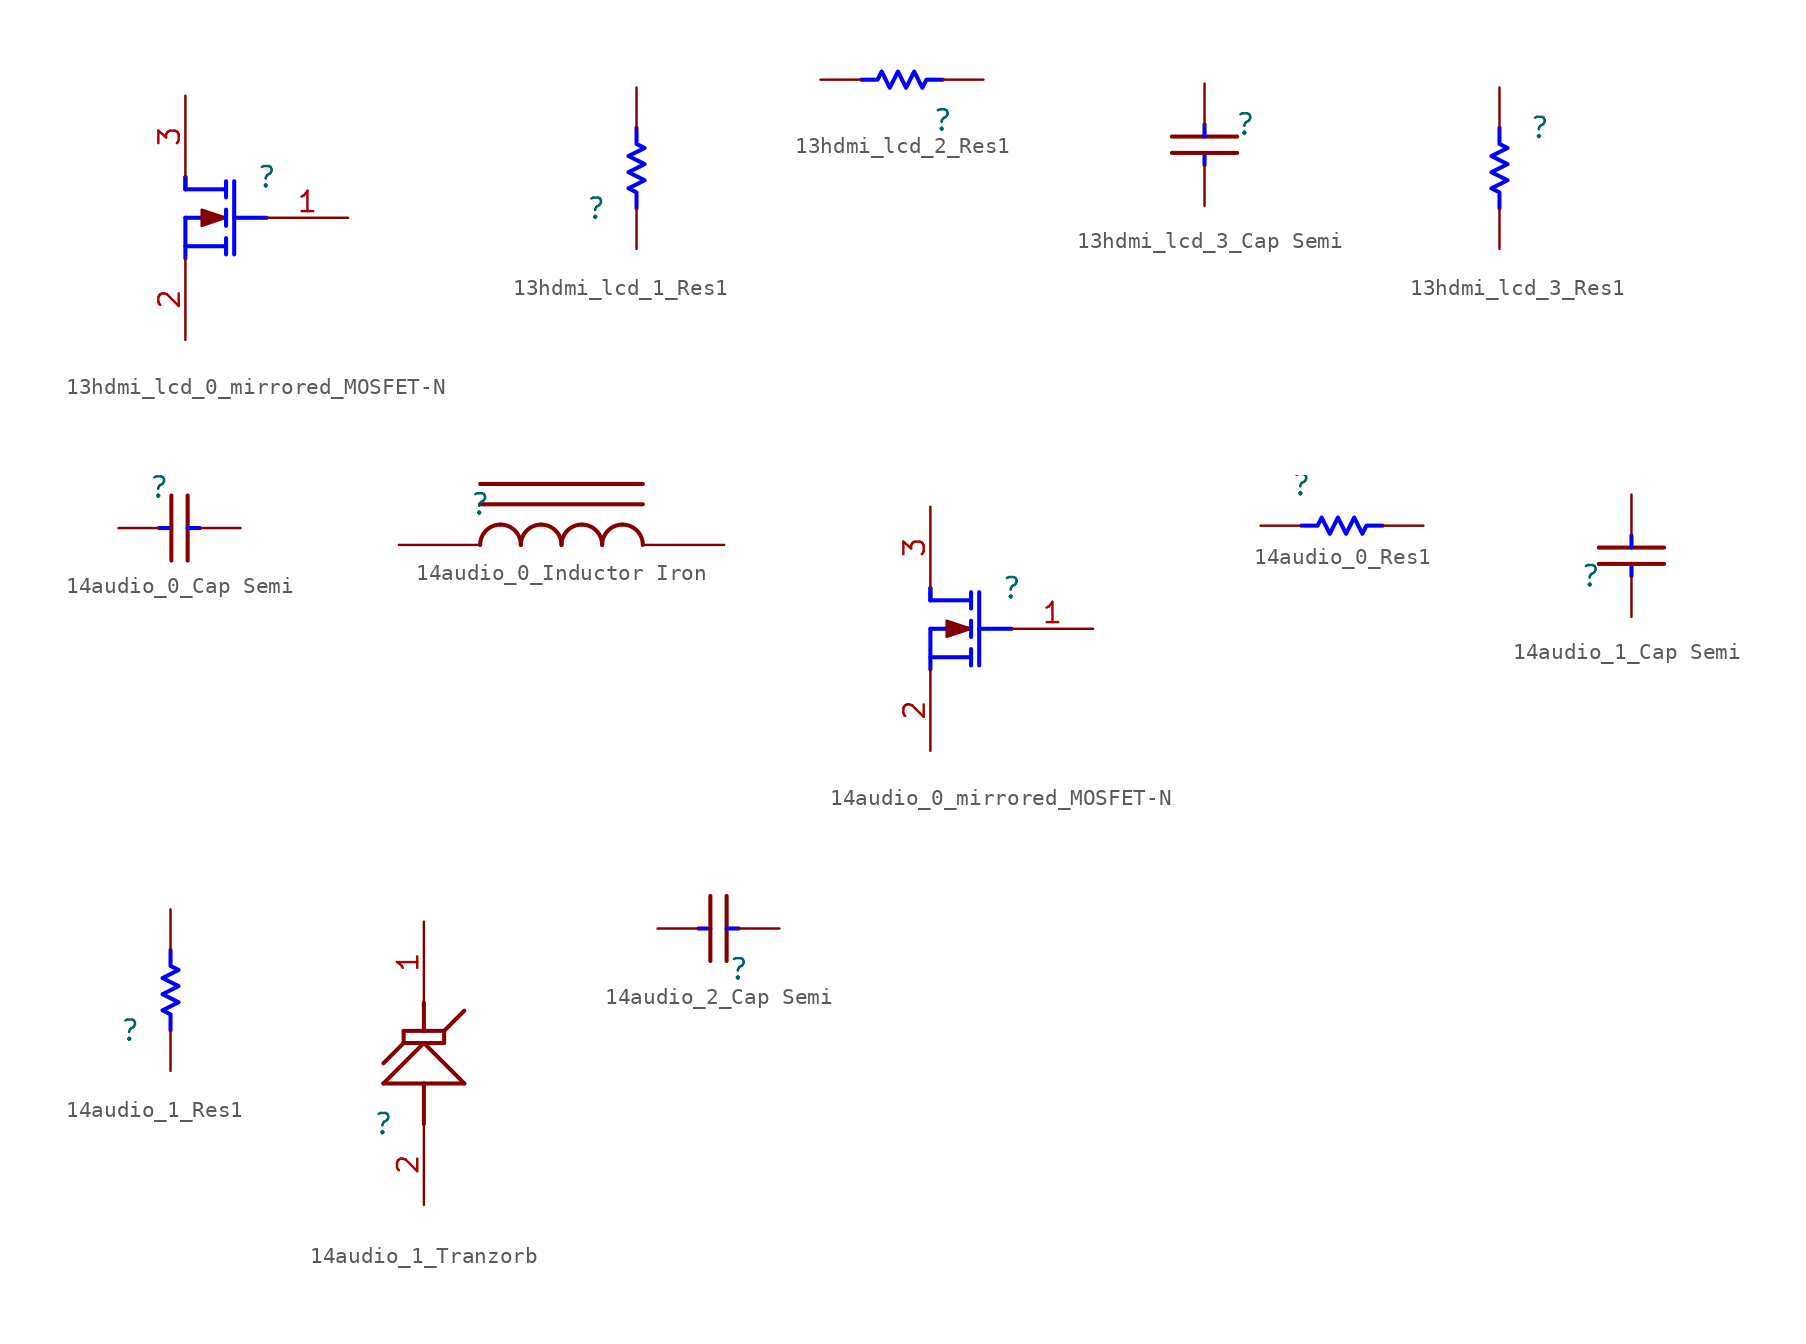
<source format=kicad_sym>
(kicad_symbol_lib
  (version 20220914)
  (generator kicad_symbol_editor)
  (symbol "13hdmi_lcd_0_mirrored_MOSFET-N"
    (property "Reference" ""
      (at 0 0 0)
      (effects (font (size 1.27 1.27))))
    (property "Value" ""
      (at 0 0 0)
      (effects (font (size 1.27 1.27))))
    (symbol "13hdmi_lcd_0_mirrored_MOSFET-N_1_0"
      (polyline (pts (xy -5.08 -4.318) (xy -2.54 -4.318)) (stroke (width 0.254) (type solid) (color 0 0 255 1)) (fill (type none)))
      (polyline (pts (xy -5.08 -2.54) (xy -5.08 -5.08)) (stroke (width 0.254) (type solid) (color 0 0 255 1)) (fill (type none)))
      (polyline (pts (xy -5.08 -2.54) (xy -2.54 -2.54)) (stroke (width 0.254) (type solid) (color 0 0 255 1)) (fill (type none)))
      (polyline (pts (xy -5.08 -0.762) (xy -5.08 0)) (stroke (width 0.254) (type solid) (color 0 0 255 1)) (fill (type none)))
      (polyline (pts (xy -5.08 -0.762) (xy -5.08 0)) (stroke (width 0.254) (type solid) (color 0 0 255 1)) (fill (type none)))
      (polyline (pts (xy -5.08 -0.762) (xy -2.54 -0.762)) (stroke (width 0.254) (type solid) (color 0 0 255 1)) (fill (type none)))
      (polyline (pts (xy -2.54 -4.826) (xy -2.54 -3.81)) (stroke (width 0.254) (type solid) (color 0 0 255 1)) (fill (type none)))
      (polyline (pts (xy -2.54 -3.048) (xy -2.54 -2.032)) (stroke (width 0.254) (type solid) (color 0 0 255 1)) (fill (type none)))
      (polyline (pts (xy -2.54 -0.254) (xy -2.54 -1.27)) (stroke (width 0.254) (type solid) (color 0 0 255 1)) (fill (type none)))
      (polyline (pts (xy -2.032 -0.254) (xy -2.032 -4.826)) (stroke (width 0.254) (type solid) (color 0 0 255 1)) (fill (type none)))
      (polyline (pts (xy 0 -2.54) (xy -2.032 -2.54)) (stroke (width 0.254) (type solid) (color 0 0 255 1)) (fill (type none)))
      (polyline (pts (xy -2.54 -2.54) (xy -4.064 -3.048) (xy -4.064 -2.032) (xy -2.54 -2.54)) (stroke (width 0) (type solid)) (fill (type outline)))
      (pin passive line (at 5.08 -2.54 180) (length 5.08) (name "G" (effects (font (size 0 0)))) (number "1" (effects (font (size 1.27 1.27)))))
      (pin passive line (at -5.08 -10.16 90) (length 5.08) (name "S" (effects (font (size 0 0)))) (number "2" (effects (font (size 1.27 1.27)))))
      (pin passive line (at -5.08 5.08 270) (length 5.08) (name "D" (effects (font (size 0 0)))) (number "3" (effects (font (size 1.27 1.27)))))))
  (symbol "13hdmi_lcd_1_Res1"
    (property "Reference" ""
      (at 0 0 0)
      (effects (font (size 1.27 1.27))))
    (property "Value" ""
      (at 0 0 0)
      (effects (font (size 1.27 1.27))))
    (symbol "13hdmi_lcd_1_Res1_1_0"
      (polyline (pts (xy 2.54 5.08) (xy 2.54 4.064) (xy 3.048 3.81) (xy 2.032 3.302) (xy 3.048 2.794) (xy 2.032 2.286) (xy 3.048 1.778) (xy 2.032 1.27) (xy 2.54 1.016) (xy 2.54 0)) (stroke (width 0.254) (type solid) (color 0 0 255 1)) (fill (type none)))
      (pin passive line (at 2.54 -2.54 90) (length 2.54) (name "1" (effects (font (size 0 0)))) (number "1" (effects (font (size 0 0)))))
      (pin passive line (at 2.54 7.62 270) (length 2.54) (name "2" (effects (font (size 0 0)))) (number "2" (effects (font (size 0 0)))))))
  (symbol "13hdmi_lcd_2_Res1"
    (property "Reference" ""
      (at 0 0 0)
      (effects (font (size 1.27 1.27))))
    (property "Value" ""
      (at 0 0 0)
      (effects (font (size 1.27 1.27))))
    (symbol "13hdmi_lcd_2_Res1_1_0"
      (polyline (pts (xy -5.08 2.54) (xy -4.064 2.54) (xy -3.81 3.048) (xy -3.302 2.032) (xy -2.794 3.048) (xy -2.286 2.032) (xy -1.778 3.048) (xy -1.27 2.032) (xy -1.016 2.54) (xy 0 2.54)) (stroke (width 0.254) (type solid) (color 0 0 255 1)) (fill (type none)))
      (pin passive line (at 2.54 2.54 180) (length 2.54) (name "1" (effects (font (size 0 0)))) (number "1" (effects (font (size 0 0)))))
      (pin passive line (at -7.62 2.54 0) (length 2.54) (name "2" (effects (font (size 0 0)))) (number "2" (effects (font (size 0 0)))))))
  (symbol "13hdmi_lcd_3_Cap Semi"
    (property "Reference" ""
      (at 0 0 0)
      (effects (font (size 1.27 1.27))))
    (property "Value" ""
      (at 0 0 0)
      (effects (font (size 1.27 1.27))))
    (symbol "13hdmi_lcd_3_Cap Semi_1_0"
      (polyline (pts (xy -4.572 -0.762) (xy -0.508 -0.762)) (stroke (width 0.254) (type solid)) (fill (type none)))
      (polyline (pts (xy -2.54 -2.54) (xy -2.54 -1.778)) (stroke (width 0.254) (type solid) (color 0 0 255 1)) (fill (type none)))
      (polyline (pts (xy -2.54 0) (xy -2.54 -0.762)) (stroke (width 0.254) (type solid) (color 0 0 255 1)) (fill (type none)))
      (polyline (pts (xy -0.508 -1.778) (xy -4.572 -1.778)) (stroke (width 0.254) (type solid)) (fill (type none)))
      (pin passive line (at -2.54 2.54 270) (length 2.54) (name "1" (effects (font (size 0 0)))) (number "1" (effects (font (size 0 0)))))
      (pin passive line (at -2.54 -5.08 90) (length 2.54) (name "2" (effects (font (size 0 0)))) (number "2" (effects (font (size 0 0)))))))
  (symbol "13hdmi_lcd_3_Res1"
    (property "Reference" ""
      (at 0 0 0)
      (effects (font (size 1.27 1.27))))
    (property "Value" ""
      (at 0 0 0)
      (effects (font (size 1.27 1.27))))
    (symbol "13hdmi_lcd_3_Res1_1_0"
      (polyline (pts (xy -2.54 -5.08) (xy -2.54 -4.064) (xy -3.048 -3.81) (xy -2.032 -3.302) (xy -3.048 -2.794) (xy -2.032 -2.286) (xy -3.048 -1.778) (xy -2.032 -1.27) (xy -2.54 -1.016) (xy -2.54 0)) (stroke (width 0.254) (type solid) (color 0 0 255 1)) (fill (type none)))
      (pin passive line (at -2.54 2.54 270) (length 2.54) (name "1" (effects (font (size 0 0)))) (number "1" (effects (font (size 0 0)))))
      (pin passive line (at -2.54 -7.62 90) (length 2.54) (name "2" (effects (font (size 0 0)))) (number "2" (effects (font (size 0 0)))))))
  (symbol "14audio_0_Cap Semi"
    (property "Reference" ""
      (at 0 0 0)
      (effects (font (size 1.27 1.27))))
    (property "Value" ""
      (at 0 0 0)
      (effects (font (size 1.27 1.27))))
    (symbol "14audio_0_Cap Semi_1_0"
      (polyline (pts (xy 0 -2.54) (xy 0.762 -2.54)) (stroke (width 0.254) (type solid) (color 0 0 255 1)) (fill (type none)))
      (polyline (pts (xy 0.762 -4.572) (xy 0.762 -0.508)) (stroke (width 0.254) (type solid)) (fill (type none)))
      (polyline (pts (xy 1.778 -0.508) (xy 1.778 -4.572)) (stroke (width 0.254) (type solid)) (fill (type none)))
      (polyline (pts (xy 2.54 -2.54) (xy 1.778 -2.54)) (stroke (width 0.254) (type solid) (color 0 0 255 1)) (fill (type none)))
      (pin passive line (at -2.54 -2.54 0) (length 2.54) (name "1" (effects (font (size 0 0)))) (number "1" (effects (font (size 0 0)))))
      (pin passive line (at 5.08 -2.54 180) (length 2.54) (name "2" (effects (font (size 0 0)))) (number "2" (effects (font (size 0 0)))))))
  (symbol "14audio_0_Inductor Iron"
    (property "Reference" ""
      (at 0 0 0)
      (effects (font (size 1.27 1.27))))
    (property "Value" ""
      (at 0 0 0)
      (effects (font (size 1.27 1.27))))
    (symbol "14audio_0_Inductor Iron_1_0"
      (polyline (pts (xy 0 0) (xy 10.16 0)) (stroke (width 0.254) (type solid)) (fill (type none)))
      (polyline (pts (xy 10.16 1.27) (xy 0 1.27)) (stroke (width 0.254) (type solid)) (fill (type none)))
      (arc (start 1.27 -1.27) (mid 0.372 -1.642) (end 0 -2.54) (stroke (width 0.254) (type solid)) (fill (type none)))
      (arc (start 2.54 -2.54) (mid 2.168 -1.642) (end 1.27 -1.27) (stroke (width 0.254) (type solid)) (fill (type none)))
      (arc (start 3.81 -1.27) (mid 2.912 -1.642) (end 2.54 -2.54) (stroke (width 0.254) (type solid)) (fill (type none)))
      (arc (start 5.08 -2.54) (mid 4.708 -1.642) (end 3.81 -1.27) (stroke (width 0.254) (type solid)) (fill (type none)))
      (arc (start 6.35 -1.27) (mid 5.452 -1.642) (end 5.08 -2.54) (stroke (width 0.254) (type solid)) (fill (type none)))
      (arc (start 7.62 -2.54) (mid 7.248 -1.642) (end 6.35 -1.27) (stroke (width 0.254) (type solid)) (fill (type none)))
      (arc (start 8.89 -1.27) (mid 7.992 -1.642) (end 7.62 -2.54) (stroke (width 0.254) (type solid)) (fill (type none)))
      (arc (start 10.16 -2.54) (mid 9.788 -1.642) (end 8.89 -1.27) (stroke (width 0.254) (type solid)) (fill (type none)))
      (pin passive line (at -5.08 -2.54 0) (length 5.08) (name "1" (effects (font (size 0 0)))) (number "1" (effects (font (size 0 0)))))
      (pin passive line (at 15.24 -2.54 180) (length 5.08) (name "2" (effects (font (size 0 0)))) (number "2" (effects (font (size 0 0)))))))
  (symbol "14audio_0_mirrored_MOSFET-N"
    (property "Reference" ""
      (at 0 0 0)
      (effects (font (size 1.27 1.27))))
    (property "Value" ""
      (at 0 0 0)
      (effects (font (size 1.27 1.27))))
    (symbol "14audio_0_mirrored_MOSFET-N_1_0"
      (polyline (pts (xy -5.08 -4.318) (xy -2.54 -4.318)) (stroke (width 0.254) (type solid) (color 0 0 255 1)) (fill (type none)))
      (polyline (pts (xy -5.08 -2.54) (xy -5.08 -5.08)) (stroke (width 0.254) (type solid) (color 0 0 255 1)) (fill (type none)))
      (polyline (pts (xy -5.08 -2.54) (xy -2.54 -2.54)) (stroke (width 0.254) (type solid) (color 0 0 255 1)) (fill (type none)))
      (polyline (pts (xy -5.08 -0.762) (xy -5.08 0)) (stroke (width 0.254) (type solid) (color 0 0 255 1)) (fill (type none)))
      (polyline (pts (xy -5.08 -0.762) (xy -5.08 0)) (stroke (width 0.254) (type solid) (color 0 0 255 1)) (fill (type none)))
      (polyline (pts (xy -5.08 -0.762) (xy -2.54 -0.762)) (stroke (width 0.254) (type solid) (color 0 0 255 1)) (fill (type none)))
      (polyline (pts (xy -2.54 -4.826) (xy -2.54 -3.81)) (stroke (width 0.254) (type solid) (color 0 0 255 1)) (fill (type none)))
      (polyline (pts (xy -2.54 -3.048) (xy -2.54 -2.032)) (stroke (width 0.254) (type solid) (color 0 0 255 1)) (fill (type none)))
      (polyline (pts (xy -2.54 -0.254) (xy -2.54 -1.27)) (stroke (width 0.254) (type solid) (color 0 0 255 1)) (fill (type none)))
      (polyline (pts (xy -2.032 -0.254) (xy -2.032 -4.826)) (stroke (width 0.254) (type solid) (color 0 0 255 1)) (fill (type none)))
      (polyline (pts (xy 0 -2.54) (xy -2.032 -2.54)) (stroke (width 0.254) (type solid) (color 0 0 255 1)) (fill (type none)))
      (polyline (pts (xy -2.54 -2.54) (xy -4.064 -3.048) (xy -4.064 -2.032) (xy -2.54 -2.54)) (stroke (width 0) (type solid)) (fill (type outline)))
      (pin passive line (at 5.08 -2.54 180) (length 5.08) (name "G" (effects (font (size 0 0)))) (number "1" (effects (font (size 1.27 1.27)))))
      (pin passive line (at -5.08 -10.16 90) (length 5.08) (name "S" (effects (font (size 0 0)))) (number "2" (effects (font (size 1.27 1.27)))))
      (pin passive line (at -5.08 5.08 270) (length 5.08) (name "D" (effects (font (size 0 0)))) (number "3" (effects (font (size 1.27 1.27)))))))
  (symbol "14audio_0_Res1"
    (property "Reference" ""
      (at 0 0 0)
      (effects (font (size 1.27 1.27))))
    (property "Value" ""
      (at 0 0 0)
      (effects (font (size 1.27 1.27))))
    (symbol "14audio_0_Res1_1_0"
      (polyline (pts (xy 5.08 -2.54) (xy 4.064 -2.54) (xy 3.81 -3.048) (xy 3.302 -2.032) (xy 2.794 -3.048) (xy 2.286 -2.032) (xy 1.778 -3.048) (xy 1.27 -2.032) (xy 1.016 -2.54) (xy 0 -2.54)) (stroke (width 0.254) (type solid) (color 0 0 255 1)) (fill (type none)))
      (pin passive line (at -2.54 -2.54 0) (length 2.54) (name "1" (effects (font (size 0 0)))) (number "1" (effects (font (size 0 0)))))
      (pin passive line (at 7.62 -2.54 180) (length 2.54) (name "2" (effects (font (size 0 0)))) (number "2" (effects (font (size 0 0)))))))
  (symbol "14audio_1_Cap Semi"
    (property "Reference" ""
      (at 0 0 0)
      (effects (font (size 1.27 1.27))))
    (property "Value" ""
      (at 0 0 0)
      (effects (font (size 1.27 1.27))))
    (symbol "14audio_1_Cap Semi_1_0"
      (polyline (pts (xy 0.508 1.778) (xy 4.572 1.778)) (stroke (width 0.254) (type solid)) (fill (type none)))
      (polyline (pts (xy 2.54 0) (xy 2.54 0.762)) (stroke (width 0.254) (type solid) (color 0 0 255 1)) (fill (type none)))
      (polyline (pts (xy 2.54 2.54) (xy 2.54 1.778)) (stroke (width 0.254) (type solid) (color 0 0 255 1)) (fill (type none)))
      (polyline (pts (xy 4.572 0.762) (xy 0.508 0.762)) (stroke (width 0.254) (type solid)) (fill (type none)))
      (pin passive line (at 2.54 -2.54 90) (length 2.54) (name "1" (effects (font (size 0 0)))) (number "1" (effects (font (size 0 0)))))
      (pin passive line (at 2.54 5.08 270) (length 2.54) (name "2" (effects (font (size 0 0)))) (number "2" (effects (font (size 0 0)))))))
  (symbol "14audio_1_Res1"
    (property "Reference" ""
      (at 0 0 0)
      (effects (font (size 1.27 1.27))))
    (property "Value" ""
      (at 0 0 0)
      (effects (font (size 1.27 1.27))))
    (symbol "14audio_1_Res1_1_0"
      (polyline (pts (xy 2.54 5.08) (xy 2.54 4.064) (xy 3.048 3.81) (xy 2.032 3.302) (xy 3.048 2.794) (xy 2.032 2.286) (xy 3.048 1.778) (xy 2.032 1.27) (xy 2.54 1.016) (xy 2.54 0)) (stroke (width 0.254) (type solid) (color 0 0 255 1)) (fill (type none)))
      (pin passive line (at 2.54 -2.54 90) (length 2.54) (name "1" (effects (font (size 0 0)))) (number "1" (effects (font (size 0 0)))))
      (pin passive line (at 2.54 7.62 270) (length 2.54) (name "2" (effects (font (size 0 0)))) (number "2" (effects (font (size 0 0)))))))
  (symbol "14audio_1_Tranzorb"
    (property "Reference" ""
      (at 0 0 0)
      (effects (font (size 1.27 1.27))))
    (property "Value" ""
      (at 0 0 0)
      (effects (font (size 1.27 1.27))))
    (symbol "14audio_1_Tranzorb_1_0"
      (polyline (pts (xy 0 2.54) (xy 5.08 2.54)) (stroke (width 0.254) (type solid)) (fill (type none)))
      (polyline (pts (xy 0 3.81) (xy 1.27 5.08)) (stroke (width 0.254) (type solid)) (fill (type none)))
      (polyline (pts (xy 1.27 5.08) (xy 3.81 5.08)) (stroke (width 0.254) (type solid)) (fill (type none)))
      (polyline (pts (xy 1.27 5.842) (xy 1.27 5.08)) (stroke (width 0.254) (type solid)) (fill (type none)))
      (polyline (pts (xy 2.54 0) (xy 2.54 2.54)) (stroke (width 0.254) (type solid)) (fill (type none)))
      (polyline (pts (xy 2.54 5.08) (xy 0 2.54)) (stroke (width 0.254) (type solid)) (fill (type none)))
      (polyline (pts (xy 2.54 5.842) (xy 2.54 7.62)) (stroke (width 0.254) (type solid)) (fill (type none)))
      (polyline (pts (xy 3.81 5.08) (xy 3.81 5.842)) (stroke (width 0.254) (type solid)) (fill (type none)))
      (polyline (pts (xy 3.81 5.842) (xy 1.27 5.842)) (stroke (width 0.254) (type solid)) (fill (type none)))
      (polyline (pts (xy 3.81 5.842) (xy 5.08 7.112)) (stroke (width 0.254) (type solid)) (fill (type none)))
      (polyline (pts (xy 5.08 2.54) (xy 2.54 5.08)) (stroke (width 0.254) (type solid)) (fill (type none)))
      (pin passive line (at 2.54 12.7 270) (length 5.08) (name "K" (effects (font (size 0 0)))) (number "1" (effects (font (size 1.27 1.27)))))
      (pin passive line (at 2.54 -5.08 90) (length 5.08) (name "A" (effects (font (size 0 0)))) (number "2" (effects (font (size 1.27 1.27)))))))
  (symbol "14audio_2_Cap Semi"
    (property "Reference" ""
      (at 0 0 0)
      (effects (font (size 1.27 1.27))))
    (property "Value" ""
      (at 0 0 0)
      (effects (font (size 1.27 1.27))))
    (symbol "14audio_2_Cap Semi_1_0"
      (polyline (pts (xy -2.54 2.54) (xy -1.778 2.54)) (stroke (width 0.254) (type solid) (color 0 0 255 1)) (fill (type none)))
      (polyline (pts (xy -1.778 0.508) (xy -1.778 4.572)) (stroke (width 0.254) (type solid)) (fill (type none)))
      (polyline (pts (xy -0.762 4.572) (xy -0.762 0.508)) (stroke (width 0.254) (type solid)) (fill (type none)))
      (polyline (pts (xy 0 2.54) (xy -0.762 2.54)) (stroke (width 0.254) (type solid) (color 0 0 255 1)) (fill (type none)))
      (pin passive line (at 2.54 2.54 180) (length 2.54) (name "1" (effects (font (size 0 0)))) (number "1" (effects (font (size 0 0)))))
      (pin passive line (at -5.08 2.54 0) (length 2.54) (name "2" (effects (font (size 0 0)))) (number "2" (effects (font (size 0 0))))))))
</source>
